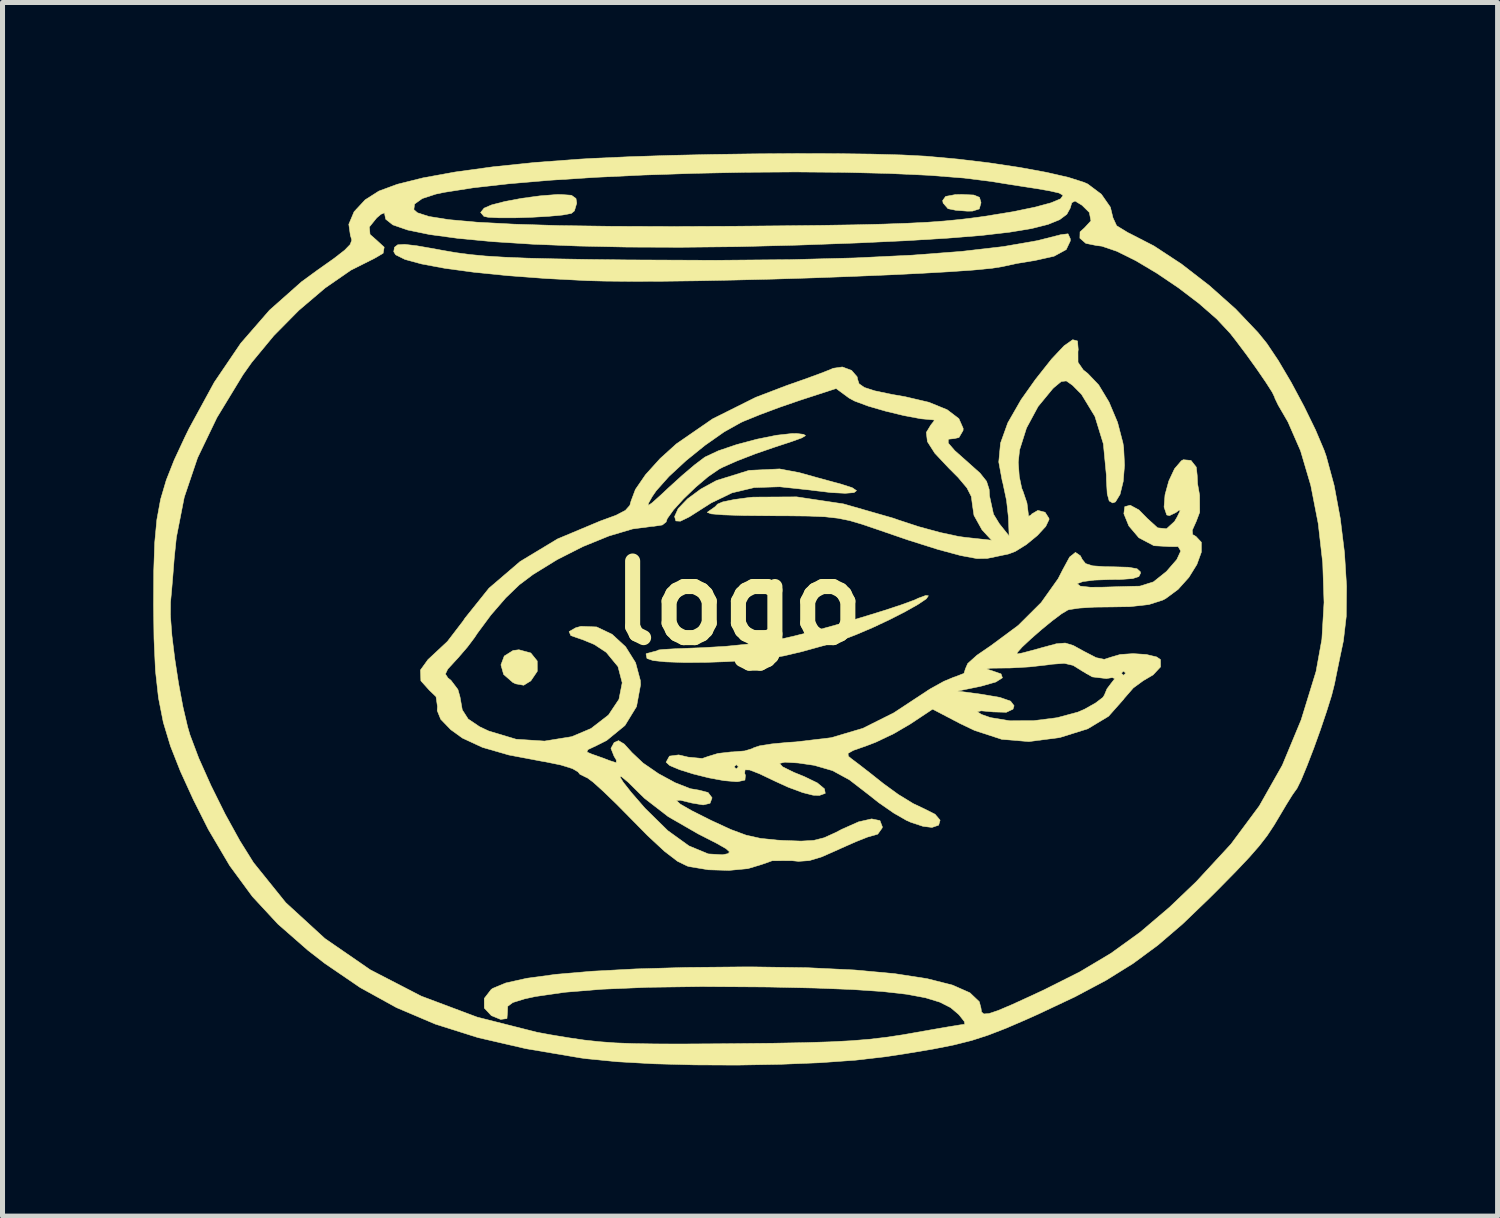
<source format=kicad_pcb>
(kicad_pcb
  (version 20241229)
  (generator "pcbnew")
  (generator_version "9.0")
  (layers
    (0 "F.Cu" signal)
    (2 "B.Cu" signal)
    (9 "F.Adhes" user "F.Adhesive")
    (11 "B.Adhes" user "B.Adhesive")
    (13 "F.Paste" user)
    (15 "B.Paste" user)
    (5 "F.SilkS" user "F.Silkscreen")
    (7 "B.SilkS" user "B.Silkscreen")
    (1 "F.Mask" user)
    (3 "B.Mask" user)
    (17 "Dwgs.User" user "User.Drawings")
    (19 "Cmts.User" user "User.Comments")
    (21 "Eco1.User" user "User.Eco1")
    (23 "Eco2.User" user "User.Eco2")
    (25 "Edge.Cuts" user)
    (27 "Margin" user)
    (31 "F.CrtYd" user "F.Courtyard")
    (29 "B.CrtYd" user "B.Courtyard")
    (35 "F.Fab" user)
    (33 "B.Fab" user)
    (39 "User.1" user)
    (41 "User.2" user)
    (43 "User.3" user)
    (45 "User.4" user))
  (footprint "logo"
    (layer "F.Cu")
    (at 11.642 8.947)
    (property "Reference" "logo" (at 0 0 0) (layer "F.SilkS") (effects (font (size 1.524 1.524) (thickness 0.3))))
    (attr through_hole)
    (fp_poly (pts (xy -4.131 0.995) (xy -4.003 1.154) (xy -4.002 1.36) (xy -4.13 1.549) (xy -4.272 1.637) (xy -4.431 1.609) (xy -4.489 1.581) (xy -4.671 1.423) (xy -4.725 1.232) (xy -4.659 1.056) (xy -4.484 0.946) (xy -4.367 0.931) (xy -4.131 0.995)) (stroke (width 0.01) (type solid)) (fill yes) (layer "F.SilkS"))
    (fp_poly (pts (xy 4.683 -8.117) (xy 4.796 -8.071) (xy 4.826 -7.971) (xy 4.826 -7.959) (xy 4.792 -7.84) (xy 4.658 -7.797) (xy 4.551 -7.796) (xy 4.326 -7.813) (xy 4.17 -7.845) (xy 4.17 -7.845) (xy 4.073 -7.957) (xy 4.064 -8.008) (xy 4.123 -8.089) (xy 4.315 -8.125) (xy 4.445 -8.128) (xy 4.683 -8.117)) (stroke (width 0.01) (type solid)) (fill yes) (layer "F.SilkS"))
    (fp_poly (pts (xy -3.322 -8.112) (xy -3.232 -8.048) (xy -3.217 -7.956) (xy -3.263 -7.801) (xy -3.323 -7.751) (xy -3.498 -7.719) (xy -3.776 -7.693) (xy -4.11 -7.674) (xy -4.453 -7.663) (xy -4.759 -7.663) (xy -4.979 -7.674) (xy -5.063 -7.692) (xy -5.129 -7.77) (xy -5.06 -7.856) (xy -4.911 -7.92) (xy -4.643 -7.989) (xy -4.306 -8.052) (xy -3.949 -8.1) (xy -3.622 -8.126) (xy -3.535 -8.127) (xy -3.322 -8.112)) (stroke (width 0.01) (type solid)) (fill yes) (layer "F.SilkS"))
    (fp_poly (pts (xy 1.208 -2.594) (xy 1.549 -2.499) (xy 1.896 -2.404) (xy 2.022 -2.371) (xy 2.263 -2.294) (xy 2.35 -2.235) (xy 2.3 -2.196) (xy 2.128 -2.182) (xy 1.848 -2.196) (xy 1.477 -2.24) (xy 1.438 -2.246) (xy 0.821 -2.312) (xy 0.314 -2.296) (xy -0.127 -2.191) (xy -0.543 -1.99) (xy -0.686 -1.899) (xy -0.976 -1.714) (xy -1.154 -1.627) (xy -1.245 -1.632) (xy -1.27 -1.72) (xy -1.199 -1.877) (xy -1.013 -2.071) (xy -0.749 -2.266) (xy -0.449 -2.43) (xy -0.423 -2.441) (xy 0.211 -2.638) (xy 0.818 -2.667) (xy 1.208 -2.594)) (stroke (width 0.01) (type solid)) (fill yes) (layer "F.SilkS"))
    (fp_poly (pts (xy 3.78 -0.143) (xy 3.738 -0.082) (xy 3.573 0.029) (xy 3.318 0.173) (xy 3.005 0.333) (xy 2.666 0.492) (xy 2.335 0.633) (xy 2.148 0.704) (xy 1.736 0.837) (xy 1.267 0.967) (xy 0.903 1.053) (xy 0.586 1.103) (xy 0.193 1.141) (xy -0.241 1.168) (xy -0.681 1.183) (xy -1.093 1.184) (xy -1.443 1.172) (xy -1.696 1.146) (xy -1.817 1.105) (xy -1.82 1.101) (xy -1.838 1.014) (xy -1.825 1.005) (xy -1.625 0.953) (xy -1.587 0.935) (xy -1.5 0.925) (xy -1.279 0.912) (xy -0.964 0.899) (xy -0.72 0.89) (xy -0.258 0.863) (xy 0.234 0.814) (xy 0.671 0.753) (xy 0.791 0.731) (xy 1.119 0.656) (xy 1.53 0.551) (xy 1.985 0.425) (xy 2.448 0.289) (xy 2.88 0.156) (xy 3.245 0.036) (xy 3.503 -0.059) (xy 3.585 -0.097) (xy 3.727 -0.149) (xy 3.78 -0.143)) (stroke (width 0.01) (type solid)) (fill yes) (layer "F.SilkS"))
    (fp_poly (pts (xy 6.603 -7.247) (xy 6.604 -7.204) (xy 6.522 -7.031) (xy 6.28 -6.899) (xy 5.881 -6.81) (xy 5.842 -6.805) (xy 5.539 -6.755) (xy 5.249 -6.692) (xy 5.043 -6.659) (xy 4.688 -6.625) (xy 4.209 -6.591) (xy 3.626 -6.558) (xy 2.961 -6.526) (xy 2.237 -6.496) (xy 1.475 -6.468) (xy 0.697 -6.444) (xy -0.075 -6.425) (xy -0.819 -6.41) (xy -1.512 -6.401) (xy -2.134 -6.399) (xy -2.662 -6.404) (xy -3.006 -6.413) (xy -3.834 -6.456) (xy -4.593 -6.513) (xy -5.267 -6.581) (xy -5.842 -6.659) (xy -6.303 -6.745) (xy -6.634 -6.835) (xy -6.821 -6.928) (xy -6.858 -6.99) (xy -6.843 -7.077) (xy -6.78 -7.126) (xy -6.641 -7.135) (xy -6.399 -7.107) (xy -6.028 -7.042) (xy -5.884 -7.015) (xy -5.622 -6.97) (xy -5.345 -6.933) (xy -5.032 -6.903) (xy -4.66 -6.88) (xy -4.208 -6.861) (xy -3.654 -6.847) (xy -2.977 -6.835) (xy -2.154 -6.825) (xy -2.074 -6.825) (xy -0.447 -6.818) (xy 1.016 -6.831) (xy 2.316 -6.865) (xy 3.456 -6.92) (xy 4.44 -6.995) (xy 5.27 -7.091) (xy 5.948 -7.209) (xy 6.413 -7.327) (xy 6.558 -7.345) (xy 6.603 -7.247)) (stroke (width 0.01) (type solid)) (fill yes) (layer "F.SilkS"))
    (fp_poly (pts (xy 9.005 -2.836) (xy 9.11 -2.703) (xy 9.128 -2.54) (xy 9.136 -2.371) (xy 9.176 -2.144) (xy 9.178 -1.805) (xy 9.109 -1.623) (xy 9.03 -1.447) (xy 9.038 -1.361) (xy 9.104 -1.323) (xy 9.211 -1.208) (xy 9.211 -1.011) (xy 9.122 -0.766) (xy 8.962 -0.508) (xy 8.748 -0.27) (xy 8.499 -0.086) (xy 8.44 -0.056) (xy 8.168 0.031) (xy 7.794 0.073) (xy 7.435 0.079) (xy 7.085 0.083) (xy 6.782 0.102) (xy 6.582 0.132) (xy 6.553 0.141) (xy 6.428 0.216) (xy 6.241 0.357) (xy 6.025 0.534) (xy 5.816 0.717) (xy 5.645 0.877) (xy 5.548 0.986) (xy 5.545 1.016) (xy 5.653 0.994) (xy 5.869 0.937) (xy 6.059 0.884) (xy 6.325 0.812) (xy 6.502 0.797) (xy 6.661 0.845) (xy 6.876 0.963) (xy 6.876 0.963) (xy 7.118 1.088) (xy 7.279 1.122) (xy 7.408 1.08) (xy 7.596 1.025) (xy 7.853 1.008) (xy 8.116 1.025) (xy 8.322 1.074) (xy 8.398 1.127) (xy 8.399 1.272) (xy 8.251 1.431) (xy 8.055 1.546) (xy 7.857 1.691) (xy 7.674 1.901) (xy 7.664 1.917) (xy 7.364 2.255) (xy 6.95 2.504) (xy 6.403 2.675) (xy 6.372 2.681) (xy 5.779 2.758) (xy 5.24 2.713) (xy 4.698 2.536) (xy 4.417 2.402) (xy 3.864 2.113) (xy 3.421 2.407) (xy 3.093 2.599) (xy 2.732 2.771) (xy 2.536 2.846) (xy 2.289 2.932) (xy 2.181 2.992) (xy 2.187 3.049) (xy 2.253 3.103) (xy 2.398 3.212) (xy 2.626 3.389) (xy 2.888 3.597) (xy 2.892 3.6) (xy 3.184 3.812) (xy 3.478 3.992) (xy 3.696 4.095) (xy 3.913 4.204) (xy 4.013 4.322) (xy 3.984 4.421) (xy 3.852 4.466) (xy 3.673 4.444) (xy 3.428 4.363) (xy 3.344 4.326) (xy 3.092 4.181) (xy 2.792 3.973) (xy 2.582 3.807) (xy 2.209 3.519) (xy 1.873 3.336) (xy 1.507 3.23) (xy 1.191 3.184) (xy 0.924 3.168) (xy 0.819 3.192) (xy 0.878 3.259) (xy 1.1 3.369) (xy 1.312 3.455) (xy 1.57 3.58) (xy 1.712 3.698) (xy 1.728 3.788) (xy 1.61 3.83) (xy 1.486 3.825) (xy 1.279 3.773) (xy 0.991 3.666) (xy 0.737 3.55) (xy 0.416 3.397) (xy 0.222 3.322) (xy 0.132 3.321) (xy 0.125 3.389) (xy 0.139 3.429) (xy 0.13 3.524) (xy -0.015 3.556) (xy -0.042 3.556) (xy -0.287 3.535) (xy -0.586 3.48) (xy -0.895 3.403) (xy -1.17 3.317) (xy -1.306 3.26) (xy -0.085 3.26) (xy -0.042 3.302) (xy 0 3.26) (xy -0.042 3.217) (xy -0.085 3.26) (xy -1.306 3.26) (xy -1.367 3.234) (xy -1.439 3.168) (xy -1.372 3.047) (xy -1.188 3.023) (xy -1.001 3.067) (xy -0.719 3.094) (xy -0.604 3.054) (xy -0.407 2.994) (xy -0.146 2.964) (xy -0.107 2.963) (xy 0.125 2.944) (xy 0.283 2.896) (xy 0.301 2.883) (xy 0.416 2.844) (xy 0.658 2.805) (xy 0.983 2.774) (xy 1.146 2.764) (xy 1.845 2.681) (xy 2.476 2.494) (xy 3.092 2.186) (xy 3.514 1.908) (xy 3.75 1.753) (xy 4.36 1.753) (xy 4.834 1.816) (xy 5.202 1.879) (xy 5.415 1.953) (xy 5.485 2.045) (xy 5.463 2.113) (xy 5.331 2.175) (xy 5.072 2.168) (xy 5.071 2.168) (xy 4.832 2.146) (xy 4.753 2.164) (xy 4.836 2.218) (xy 5.016 2.281) (xy 5.399 2.344) (xy 5.864 2.343) (xy 6.34 2.283) (xy 6.756 2.171) (xy 6.885 2.115) (xy 7.108 1.989) (xy 7.252 1.879) (xy 7.281 1.833) (xy 7.333 1.709) (xy 7.411 1.605) (xy 7.489 1.505) (xy 7.438 1.485) (xy 7.32 1.504) (xy 7.042 1.471) (xy 6.913 1.397) (xy 7.62 1.397) (xy 7.662 1.439) (xy 7.705 1.397) (xy 7.662 1.355) (xy 7.62 1.397) (xy 6.913 1.397) (xy 6.841 1.355) (xy 6.66 1.242) (xy 6.484 1.201) (xy 6.237 1.219) (xy 6.149 1.232) (xy 5.791 1.272) (xy 5.397 1.294) (xy 5.249 1.295) (xy 5.012 1.298) (xy 4.939 1.314) (xy 5.026 1.343) (xy 5.033 1.344) (xy 5.225 1.411) (xy 5.253 1.489) (xy 5.123 1.572) (xy 4.839 1.653) (xy 4.81 1.66) (xy 4.36 1.753) (xy 3.75 1.753) (xy 3.809 1.714) (xy 4.086 1.56) (xy 4.29 1.475) (xy 4.308 1.471) (xy 4.488 1.401) (xy 4.517 1.309) (xy 4.563 1.204) (xy 4.746 1.04) (xy 5.03 0.845) (xy 5.568 0.446) (xy 6.024 -0.008) (xy 6.361 -0.482) (xy 6.45 -0.656) (xy 6.59 -0.914) (xy 6.706 -1.007) (xy 6.805 -0.938) (xy 6.84 -0.868) (xy 6.907 -0.784) (xy 7.049 -0.739) (xy 7.304 -0.721) (xy 7.451 -0.72) (xy 7.759 -0.711) (xy 7.931 -0.681) (xy 7.997 -0.621) (xy 8.001 -0.593) (xy 7.967 -0.525) (xy 7.844 -0.485) (xy 7.602 -0.468) (xy 7.388 -0.466) (xy 7.085 -0.455) (xy 6.855 -0.426) (xy 6.745 -0.386) (xy 6.743 -0.381) (xy 6.801 -0.335) (xy 7.004 -0.313) (xy 7.229 -0.314) (xy 7.552 -0.324) (xy 7.843 -0.332) (xy 7.988 -0.335) (xy 8.258 -0.42) (xy 8.517 -0.627) (xy 8.723 -0.865) (xy 8.801 -1.034) (xy 8.749 -1.122) (xy 8.593 -1.121) (xy 8.268 -1.139) (xy 7.968 -1.297) (xy 7.768 -1.533) (xy 7.669 -1.776) (xy 7.687 -1.916) (xy 7.795 -1.945) (xy 7.969 -1.851) (xy 8.137 -1.68) (xy 8.341 -1.495) (xy 8.518 -1.476) (xy 8.678 -1.623) (xy 8.729 -1.71) (xy 8.792 -1.84) (xy 8.763 -1.845) (xy 8.706 -1.8) (xy 8.577 -1.738) (xy 8.522 -1.751) (xy 8.469 -1.909) (xy 8.488 -2.153) (xy 8.563 -2.426) (xy 8.677 -2.67) (xy 8.813 -2.829) (xy 8.852 -2.85) (xy 9.005 -2.836)) (stroke (width 0.01) (type solid)) (fill yes) (layer "F.SilkS"))
    (fp_poly (pts (xy 6.747 -5.213) (xy 6.761 -5.041) (xy 6.756 -4.999) (xy 6.757 -4.788) (xy 6.863 -4.635) (xy 6.951 -4.566) (xy 7.168 -4.339) (xy 7.374 -3.997) (xy 7.544 -3.593) (xy 7.651 -3.182) (xy 7.665 -3.09) (xy 7.682 -2.74) (xy 7.656 -2.417) (xy 7.593 -2.16) (xy 7.502 -2.011) (xy 7.447 -1.99) (xy 7.377 -2.03) (xy 7.338 -2.172) (xy 7.322 -2.446) (xy 7.321 -2.54) (xy 7.261 -3.166) (xy 7.093 -3.712) (xy 6.827 -4.15) (xy 6.646 -4.333) (xy 6.524 -4.418) (xy 6.423 -4.406) (xy 6.277 -4.285) (xy 6.254 -4.263) (xy 5.962 -3.908) (xy 5.732 -3.481) (xy 5.594 -3.045) (xy 5.568 -2.798) (xy 5.588 -2.517) (xy 5.637 -2.282) (xy 5.663 -2.22) (xy 5.741 -1.989) (xy 5.759 -1.847) (xy 5.774 -1.723) (xy 5.825 -1.754) (xy 5.835 -1.769) (xy 5.958 -1.842) (xy 6.101 -1.805) (xy 6.179 -1.683) (xy 6.181 -1.662) (xy 6.115 -1.523) (xy 5.948 -1.342) (xy 5.73 -1.163) (xy 5.508 -1.025) (xy 5.375 -0.975) (xy 5.118 -0.921) (xy 4.943 -0.885) (xy 4.742 -0.884) (xy 4.42 -0.944) (xy 3.967 -1.066) (xy 3.375 -1.253) (xy 2.752 -1.467) (xy 2.458 -1.567) (xy 2.214 -1.639) (xy 1.982 -1.686) (xy 1.723 -1.715) (xy 1.396 -1.729) (xy 0.964 -1.734) (xy 0.62 -1.735) (xy 0.086 -1.74) (xy -0.303 -1.753) (xy -0.541 -1.773) (xy -0.619 -1.802) (xy -0.608 -1.813) (xy -0.461 -1.917) (xy -0.415 -1.967) (xy -0.312 -2.011) (xy -0.085 -2.058) (xy 0.222 -2.099) (xy 0.293 -2.106) (xy 1.158 -2.111) (xy 2.091 -1.971) (xy 3.081 -1.687) (xy 3.174 -1.654) (xy 3.588 -1.518) (xy 4.014 -1.402) (xy 4.383 -1.323) (xy 4.506 -1.306) (xy 5.038 -1.248) (xy 4.847 -1.455) (xy 4.687 -1.743) (xy 4.657 -1.944) (xy 4.634 -2.118) (xy 4.547 -2.289) (xy 4.371 -2.498) (xy 4.191 -2.678) (xy 3.908 -2.979) (xy 3.76 -3.211) (xy 3.739 -3.394) (xy 3.827 -3.539) (xy 3.895 -3.625) (xy 3.89 -3.641) (xy 3.632 -3.665) (xy 3.291 -3.729) (xy 2.923 -3.818) (xy 2.579 -3.918) (xy 2.313 -4.017) (xy 2.202 -4.077) (xy 1.944 -4.267) (xy 1.222 -4.032) (xy 0.827 -3.896) (xy 0.43 -3.748) (xy 0.105 -3.616) (xy 0.05 -3.591) (xy -0.284 -3.404) (xy -0.663 -3.138) (xy -1.043 -2.831) (xy -1.382 -2.517) (xy -1.636 -2.232) (xy -1.715 -2.117) (xy -1.79 -1.983) (xy -1.794 -1.939) (xy -1.715 -1.994) (xy -1.537 -2.154) (xy -1.39 -2.292) (xy -1.121 -2.536) (xy -0.87 -2.749) (xy -0.682 -2.891) (xy -0.661 -2.905) (xy -0.401 -3.027) (xy -0.039 -3.15) (xy 0.367 -3.258) (xy 0.757 -3.337) (xy 1.073 -3.372) (xy 1.164 -3.371) (xy 1.298 -3.355) (xy 1.335 -3.329) (xy 1.26 -3.284) (xy 1.055 -3.21) (xy 0.72 -3.1) (xy 0.337 -2.968) (xy -0.027 -2.827) (xy -0.312 -2.701) (xy -0.386 -2.662) (xy -0.603 -2.513) (xy -0.85 -2.304) (xy -1.091 -2.072) (xy -1.292 -1.851) (xy -1.416 -1.678) (xy -1.439 -1.611) (xy -1.513 -1.552) (xy -1.695 -1.524) (xy -1.721 -1.524) (xy -2.105 -1.473) (xy -2.576 -1.333) (xy -3.092 -1.123) (xy -3.609 -0.861) (xy -4.086 -0.567) (xy -4.36 -0.361) (xy -4.628 -0.103) (xy -4.925 0.24) (xy -5.196 0.606) (xy -5.249 0.687) (xy -5.392 0.877) (xy -5.584 1.1) (xy -5.63 1.149) (xy -5.784 1.317) (xy -5.83 1.414) (xy -5.78 1.491) (xy -5.718 1.541) (xy -5.581 1.722) (xy -5.539 1.871) (xy -5.494 2.127) (xy -5.377 2.309) (xy -5.15 2.462) (xy -4.968 2.548) (xy -4.424 2.711) (xy -3.857 2.748) (xy -3.316 2.66) (xy -2.933 2.498) (xy -2.585 2.229) (xy -2.377 1.917) (xy -2.312 1.588) (xy -2.396 1.266) (xy -2.629 0.983) (xy -2.867 0.826) (xy -3.114 0.724) (xy -3.131 0.72) (xy -3.334 0.649) (xy -3.369 0.569) (xy -3.236 0.493) (xy -3.131 0.465) (xy -2.821 0.477) (xy -2.514 0.623) (xy -2.245 0.871) (xy -2.046 1.189) (xy -1.951 1.543) (xy -1.947 1.627) (xy -2.027 2.061) (xy -2.258 2.438) (xy -2.622 2.736) (xy -2.831 2.841) (xy -2.995 2.918) (xy -3.014 2.966) (xy -2.921 3.006) (xy -2.7 3.084) (xy -2.562 3.137) (xy -2.43 3.179) (xy -2.429 3.125) (xy -2.475 3.048) (xy -2.536 2.893) (xy -2.473 2.778) (xy -2.385 2.739) (xy -2.271 2.808) (xy -2.119 2.976) (xy -1.896 3.186) (xy -1.591 3.396) (xy -1.26 3.576) (xy -0.957 3.695) (xy -0.78 3.725) (xy -0.604 3.771) (xy -0.524 3.877) (xy -0.565 3.986) (xy -0.701 4.018) (xy -0.929 3.98) (xy -1.158 3.924) (xy -1.233 3.932) (xy -1.155 4.003) (xy -0.927 4.134) (xy -0.548 4.324) (xy -0.54 4.328) (xy -0.152 4.507) (xy 0.153 4.62) (xy 0.44 4.684) (xy 0.773 4.718) (xy 0.891 4.725) (xy 1.247 4.738) (xy 1.498 4.724) (xy 1.707 4.671) (xy 1.936 4.567) (xy 2.056 4.504) (xy 2.391 4.355) (xy 2.651 4.296) (xy 2.816 4.33) (xy 2.864 4.455) (xy 2.86 4.477) (xy 2.773 4.599) (xy 2.708 4.619) (xy 2.574 4.656) (xy 2.337 4.75) (xy 2.043 4.88) (xy 1.996 4.902) (xy 1.659 5.051) (xy 1.411 5.126) (xy 1.196 5.141) (xy 1.059 5.127) (xy 0.672 5.129) (xy 0.46 5.204) (xy 0.187 5.286) (xy -0.186 5.321) (xy -0.594 5.309) (xy -0.974 5.246) (xy -1.016 5.235) (xy -1.211 5.14) (xy -1.471 4.941) (xy -1.81 4.626) (xy -2.12 4.311) (xy -2.422 4.005) (xy -2.687 3.749) (xy -2.891 3.565) (xy -3.011 3.476) (xy -3.026 3.471) (xy -3.051 3.459) (xy -2.358 3.459) (xy -2.292 3.566) (xy -2.133 3.768) (xy -1.883 4.056) (xy -1.853 4.09) (xy -1.405 4.53) (xy -0.983 4.834) (xy -0.599 4.993) (xy -0.315 5.01) (xy -0.205 4.987) (xy -0.177 4.952) (xy -0.246 4.889) (xy -0.43 4.784) (xy -0.747 4.622) (xy -0.8 4.595) (xy -1.397 4.251) (xy -1.868 3.887) (xy -1.96 3.797) (xy -2.195 3.565) (xy -2.327 3.456) (xy -2.358 3.459) (xy -3.051 3.459) (xy -3.154 3.408) (xy -3.192 3.36) (xy -3.304 3.295) (xy -3.536 3.223) (xy -3.844 3.16) (xy -3.895 3.152) (xy -4.567 3.025) (xy -5.093 2.873) (xy -5.492 2.688) (xy -5.723 2.521) (xy -5.923 2.314) (xy -5.993 2.141) (xy -5.988 2.061) (xy -6.016 1.865) (xy -6.15 1.736) (xy -6.318 1.549) (xy -6.326 1.334) (xy -6.176 1.126) (xy -6.17 1.121) (xy -5.789 0.765) (xy -5.479 0.36) (xy -5.442 0.304) (xy -4.963 -0.294) (xy -4.343 -0.825) (xy -3.599 -1.274) (xy -2.752 -1.629) (xy -2.752 -1.629) (xy -2.435 -1.745) (xy -2.249 -1.842) (xy -2.16 -1.942) (xy -2.137 -2.026) (xy -2.05 -2.258) (xy -1.848 -2.552) (xy -1.558 -2.873) (xy -1.235 -3.165) (xy -0.515 -3.662) (xy 0.344 -4.091) (xy 0.956 -4.325) (xy 1.309 -4.449) (xy 1.613 -4.56) (xy 1.824 -4.642) (xy 1.884 -4.669) (xy 2.067 -4.696) (xy 2.251 -4.628) (xy 2.362 -4.5) (xy 2.371 -4.451) (xy 2.4 -4.362) (xy 2.505 -4.288) (xy 2.712 -4.221) (xy 3.045 -4.151) (xy 3.316 -4.104) (xy 3.79 -3.993) (xy 4.153 -3.845) (xy 4.386 -3.668) (xy 4.472 -3.474) (xy 4.47 -3.432) (xy 4.388 -3.292) (xy 4.297 -3.271) (xy 4.175 -3.258) (xy 4.175 -3.181) (xy 4.305 -3.031) (xy 4.569 -2.797) (xy 4.572 -2.794) (xy 4.808 -2.583) (xy 4.937 -2.421) (xy 4.989 -2.259) (xy 4.996 -2.13) (xy 5.075 -1.767) (xy 5.191 -1.577) (xy 5.386 -1.333) (xy 5.372 -1.704) (xy 5.335 -2.039) (xy 5.262 -2.383) (xy 5.248 -2.434) (xy 5.18 -2.805) (xy 5.215 -3.18) (xy 5.36 -3.584) (xy 5.624 -4.044) (xy 5.908 -4.445) (xy 6.231 -4.853) (xy 6.48 -5.117) (xy 6.652 -5.238) (xy 6.747 -5.213)) (stroke (width 0.01) (type solid)) (fill yes) (layer "F.SilkS"))
    (fp_poly (pts (xy 1.945 -8.94) (xy 2.656 -8.931) (xy 3.26 -8.914) (xy 3.724 -8.89) (xy 3.725 -8.89) (xy 4.362 -8.832) (xy 4.995 -8.756) (xy 5.594 -8.666) (xy 6.128 -8.568) (xy 6.565 -8.468) (xy 6.876 -8.369) (xy 6.95 -8.336) (xy 7.221 -8.133) (xy 7.401 -7.875) (xy 7.452 -7.665) (xy 7.525 -7.506) (xy 7.754 -7.366) (xy 7.771 -7.359) (xy 8.267 -7.104) (xy 8.815 -6.744) (xy 9.371 -6.314) (xy 9.893 -5.849) (xy 10.337 -5.382) (xy 10.513 -5.165) (xy 10.741 -4.825) (xy 10.998 -4.39) (xy 11.254 -3.911) (xy 11.482 -3.444) (xy 11.652 -3.043) (xy 11.695 -2.921) (xy 11.853 -2.338) (xy 11.975 -1.681) (xy 12.059 -0.998) (xy 12.1 -0.333) (xy 12.094 0.267) (xy 12.037 0.756) (xy 12.03 0.788) (xy 11.967 1.087) (xy 11.894 1.442) (xy 11.861 1.609) (xy 11.803 1.839) (xy 11.704 2.155) (xy 11.581 2.52) (xy 11.446 2.895) (xy 11.313 3.24) (xy 11.198 3.519) (xy 11.113 3.692) (xy 11.088 3.725) (xy 11.023 3.817) (xy 10.904 4.008) (xy 10.802 4.18) (xy 10.659 4.42) (xy 10.521 4.629) (xy 10.362 4.834) (xy 10.162 5.063) (xy 9.896 5.344) (xy 9.542 5.704) (xy 9.359 5.886) (xy 8.838 6.387) (xy 8.347 6.808) (xy 7.851 7.174) (xy 7.312 7.509) (xy 6.695 7.837) (xy 5.963 8.182) (xy 5.715 8.293) (xy 5.318 8.464) (xy 4.974 8.597) (xy 4.644 8.704) (xy 4.29 8.793) (xy 3.872 8.876) (xy 3.352 8.963) (xy 2.921 9.029) (xy 2.331 9.097) (xy 1.616 9.148) (xy 0.818 9.18) (xy -0.025 9.195) (xy -0.871 9.191) (xy -1.679 9.169) (xy -2.408 9.128) (xy -3.019 9.068) (xy -3.133 9.053) (xy -4.227 8.868) (xy -5.183 8.647) (xy -6.032 8.379) (xy -6.803 8.051) (xy -7.526 7.652) (xy -8.232 7.17) (xy -8.568 6.909) (xy -9.162 6.389) (xy -9.671 5.84) (xy -10.122 5.226) (xy -10.546 4.507) (xy -10.844 3.915) (xy -11.103 3.348) (xy -11.3 2.848) (xy -11.443 2.374) (xy -11.539 1.887) (xy -11.599 1.346) (xy -11.628 0.712) (xy -11.634 0.258) (xy -11.301 0.258) (xy -11.271 0.651) (xy -11.214 1.114) (xy -11.139 1.602) (xy -11.052 2.068) (xy -10.959 2.465) (xy -10.912 2.625) (xy -10.738 3.087) (xy -10.495 3.631) (xy -10.213 4.199) (xy -9.918 4.734) (xy -9.649 5.165) (xy -9.007 5.962) (xy -8.228 6.676) (xy -7.324 7.299) (xy -6.31 7.823) (xy -5.199 8.24) (xy -4.006 8.542) (xy -3.735 8.592) (xy -3.386 8.65) (xy -3.073 8.696) (xy -2.77 8.729) (xy -2.449 8.753) (xy -2.081 8.767) (xy -1.639 8.774) (xy -1.096 8.775) (xy -0.423 8.771) (xy -0.085 8.768) (xy 0.684 8.76) (xy 1.311 8.748) (xy 1.823 8.732) (xy 2.248 8.71) (xy 2.612 8.68) (xy 2.944 8.641) (xy 3.27 8.592) (xy 3.429 8.564) (xy 3.825 8.494) (xy 4.159 8.436) (xy 4.397 8.397) (xy 4.504 8.382) (xy 4.504 8.382) (xy 4.496 8.329) (xy 4.395 8.201) (xy 4.377 8.182) (xy 4.222 8.051) (xy 4.009 7.943) (xy 3.722 7.855) (xy 3.348 7.785) (xy 2.869 7.731) (xy 2.27 7.691) (xy 1.536 7.662) (xy 0.651 7.642) (xy 0.495 7.64) (xy -0.732 7.632) (xy -1.801 7.647) (xy -2.71 7.685) (xy -3.457 7.746) (xy -4.038 7.83) (xy -4.254 7.877) (xy -4.489 7.95) (xy -4.591 8.026) (xy -4.595 8.134) (xy -4.595 8.136) (xy -4.605 8.269) (xy -4.731 8.286) (xy -4.916 8.21) (xy -5.056 8.06) (xy -5.057 7.869) (xy -4.92 7.691) (xy -4.889 7.669) (xy -4.63 7.561) (xy -4.208 7.467) (xy -3.632 7.389) (xy -2.908 7.327) (xy -2.043 7.281) (xy -1.045 7.252) (xy 0.08 7.241) (xy 0.296 7.241) (xy 1.37 7.257) (xy 2.309 7.302) (xy 3.106 7.375) (xy 3.758 7.476) (xy 4.26 7.603) (xy 4.606 7.756) (xy 4.793 7.934) (xy 4.826 8.059) (xy 4.837 8.138) (xy 4.883 8.177) (xy 4.987 8.169) (xy 5.169 8.108) (xy 5.451 7.988) (xy 5.855 7.803) (xy 6.078 7.699) (xy 6.791 7.341) (xy 7.413 6.97) (xy 7.992 6.552) (xy 8.576 6.055) (xy 9.107 5.548) (xy 9.8 4.798) (xy 10.364 4.038) (xy 10.822 3.228) (xy 11.196 2.328) (xy 11.493 1.363) (xy 11.609 0.722) (xy 11.652 -0.01) (xy 11.626 -0.791) (xy 11.536 -1.581) (xy 11.388 -2.34) (xy 11.185 -3.027) (xy 10.934 -3.602) (xy 10.857 -3.735) (xy 10.74 -3.936) (xy 10.674 -4.073) (xy 10.668 -4.096) (xy 10.621 -4.193) (xy 10.495 -4.39) (xy 10.316 -4.651) (xy 10.108 -4.941) (xy 9.895 -5.224) (xy 9.786 -5.363) (xy 9.517 -5.651) (xy 9.162 -5.961) (xy 8.753 -6.272) (xy 8.323 -6.562) (xy 7.905 -6.811) (xy 7.53 -6.997) (xy 7.231 -7.099) (xy 7.124 -7.112) (xy 6.912 -7.155) (xy 6.794 -7.258) (xy 6.797 -7.383) (xy 6.887 -7.465) (xy 7.014 -7.603) (xy 6.982 -7.77) (xy 6.837 -7.913) (xy 6.697 -7.998) (xy 6.633 -7.963) (xy 6.601 -7.855) (xy 6.534 -7.733) (xy 6.391 -7.626) (xy 6.16 -7.532) (xy 5.831 -7.449) (xy 5.395 -7.377) (xy 4.841 -7.313) (xy 4.158 -7.258) (xy 3.338 -7.208) (xy 2.369 -7.163) (xy 1.242 -7.122) (xy 1.143 -7.119) (xy -0.032 -7.089) (xy -1.154 -7.077) (xy -2.212 -7.081) (xy -3.194 -7.102) (xy -4.09 -7.138) (xy -4.888 -7.189) (xy -5.576 -7.254) (xy -6.145 -7.331) (xy -6.582 -7.421) (xy -6.876 -7.523) (xy -7.017 -7.635) (xy -7.027 -7.678) (xy -7.043 -7.763) (xy -7.114 -7.733) (xy -7.197 -7.662) (xy -7.343 -7.481) (xy -7.33 -7.333) (xy -7.197 -7.216) (xy -7.048 -7.079) (xy -7.069 -6.958) (xy -7.241 -6.857) (xy -7.71 -6.622) (xy -8.223 -6.267) (xy -8.746 -5.822) (xy -9.244 -5.318) (xy -9.684 -4.786) (xy -9.858 -4.54) (xy -10.376 -3.688) (xy -10.761 -2.888) (xy -11.026 -2.104) (xy -11.183 -1.303) (xy -11.225 -0.896) (xy -11.252 -0.548) (xy -11.279 -0.226) (xy -11.299 -0.016) (xy -11.301 0.258) (xy -11.634 0.258) (xy -11.637 0.042) (xy -11.633 -0.644) (xy -11.614 -1.198) (xy -11.571 -1.658) (xy -11.497 -2.061) (xy -11.384 -2.444) (xy -11.226 -2.844) (xy -11.014 -3.299) (xy -10.931 -3.469) (xy -10.429 -4.39) (xy -9.902 -5.167) (xy -9.33 -5.825) (xy -8.693 -6.39) (xy -8.377 -6.621) (xy -8.046 -6.855) (xy -7.836 -7.018) (xy -7.725 -7.132) (xy -7.692 -7.22) (xy -7.717 -7.304) (xy -7.72 -7.31) (xy -7.752 -7.535) (xy -7.647 -7.784) (xy -7.607 -7.827) (xy -6.458 -7.827) (xy -6.387 -7.764) (xy -6.159 -7.69) (xy -5.763 -7.627) (xy -5.199 -7.576) (xy -4.468 -7.537) (xy -3.569 -7.509) (xy -2.505 -7.494) (xy -1.274 -7.49) (xy -0.127 -7.495) (xy 0.832 -7.504) (xy 1.641 -7.513) (xy 2.32 -7.524) (xy 2.887 -7.538) (xy 3.362 -7.555) (xy 3.764 -7.575) (xy 4.113 -7.601) (xy 4.428 -7.632) (xy 4.728 -7.669) (xy 4.912 -7.695) (xy 5.458 -7.784) (xy 5.899 -7.875) (xy 6.221 -7.962) (xy 6.412 -8.042) (xy 6.459 -8.112) (xy 6.379 -8.157) (xy 6.195 -8.199) (xy 5.938 -8.244) (xy 5.884 -8.252) (xy 5.606 -8.295) (xy 5.256 -8.35) (xy 5.038 -8.386) (xy 4.486 -8.455) (xy 3.795 -8.509) (xy 2.99 -8.546) (xy 2.096 -8.568) (xy 1.138 -8.576) (xy 0.141 -8.569) (xy -0.871 -8.548) (xy -1.873 -8.515) (xy -2.839 -8.469) (xy -3.744 -8.411) (xy -4.565 -8.341) (xy -5.275 -8.261) (xy -5.849 -8.171) (xy -6.018 -8.136) (xy -6.29 -8.047) (xy -6.443 -7.938) (xy -6.458 -7.827) (xy -7.607 -7.827) (xy -7.427 -8.021) (xy -7.154 -8.195) (xy -6.789 -8.33) (xy -6.276 -8.458) (xy -5.633 -8.575) (xy -4.883 -8.678) (xy -4.045 -8.765) (xy -3.139 -8.832) (xy -2.879 -8.847) (xy -2.161 -8.879) (xy -1.368 -8.905) (xy -0.53 -8.924) (xy 0.321 -8.936) (xy 1.157 -8.942) (xy 1.945 -8.94)) (stroke (width 0.01) (type solid)) (fill yes) (layer "F.SilkS")))
  (gr_rect
    (start -3 -3)
    (end 26.747 21.146)
    (stroke (width 0.1) (type default))
    (fill no)
    (layer "Edge.Cuts")))
</source>
